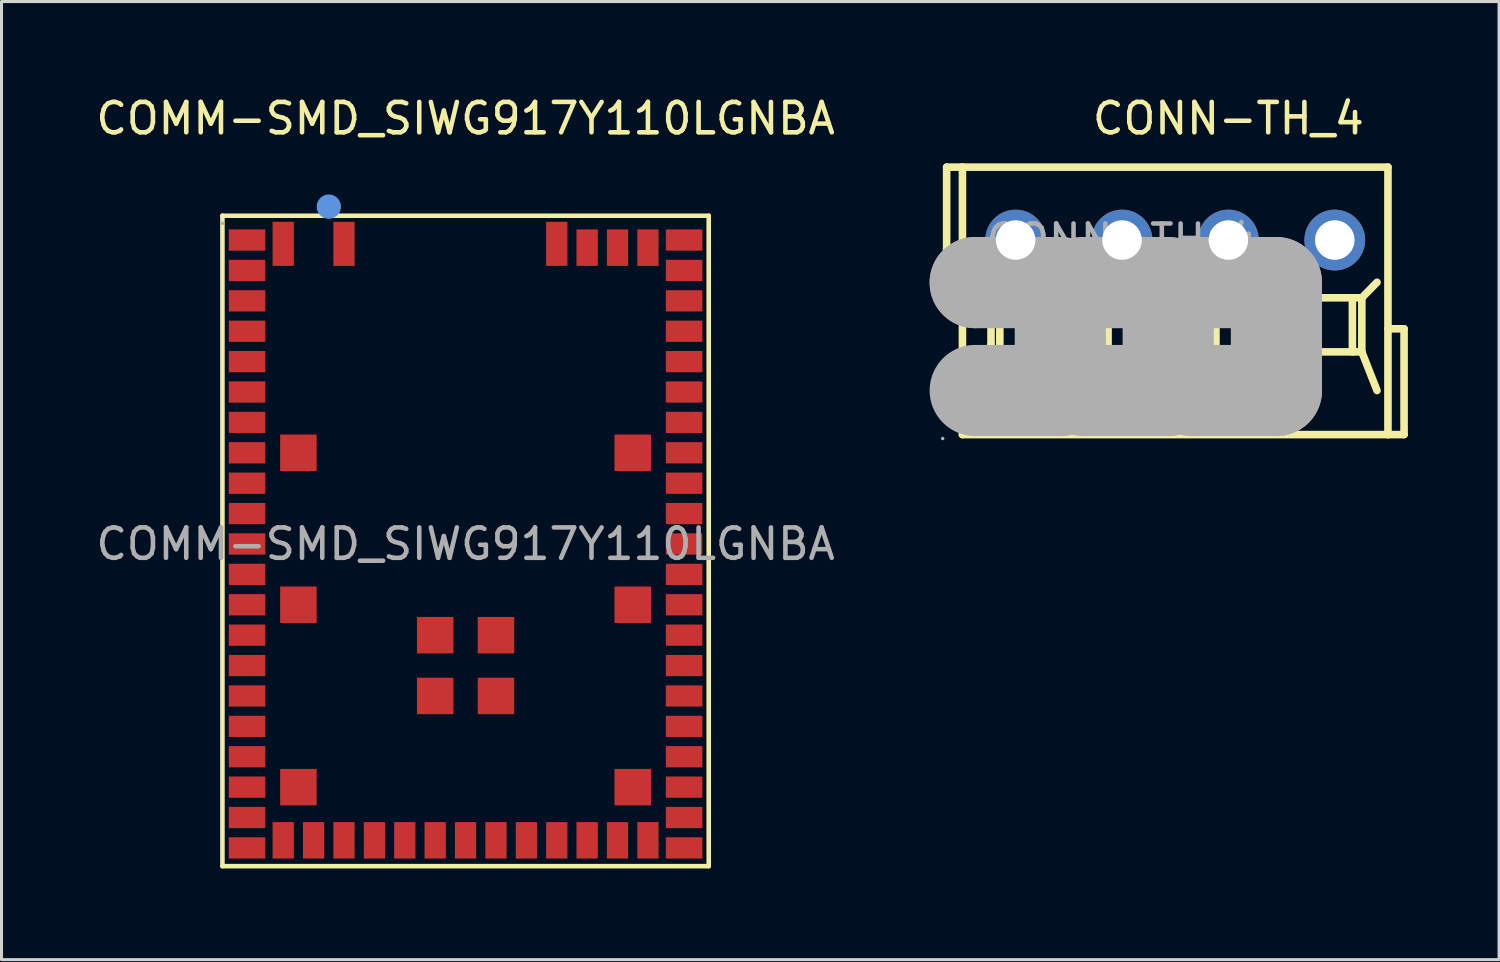
<source format=kicad_pcb>
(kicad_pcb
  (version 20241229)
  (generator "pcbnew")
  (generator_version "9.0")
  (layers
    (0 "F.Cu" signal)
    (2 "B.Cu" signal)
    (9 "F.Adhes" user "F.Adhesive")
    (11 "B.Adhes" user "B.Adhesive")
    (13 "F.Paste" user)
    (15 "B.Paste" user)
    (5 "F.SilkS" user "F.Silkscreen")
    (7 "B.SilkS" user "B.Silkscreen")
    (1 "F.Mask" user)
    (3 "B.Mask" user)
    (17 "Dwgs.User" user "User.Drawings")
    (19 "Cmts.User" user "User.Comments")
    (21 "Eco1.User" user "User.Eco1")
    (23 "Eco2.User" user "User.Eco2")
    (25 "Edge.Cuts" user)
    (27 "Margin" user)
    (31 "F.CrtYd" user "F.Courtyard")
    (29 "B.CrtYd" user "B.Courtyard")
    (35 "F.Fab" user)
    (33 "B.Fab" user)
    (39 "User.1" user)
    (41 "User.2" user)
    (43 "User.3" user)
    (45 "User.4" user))
  (footprint "CONN-TH_4"
    (layer "F.Cu")
    (at 33.866 4.848)
    (property "Reference" "CONN-TH_4" (at 3.5 -4 0) (layer "F.SilkS") (effects (font (size 1 1) (thickness 0.15))))
    (attr through_hole)
    (fp_line (start -5.77 -2.4) (end -5.77 1.14) (stroke (width 0.25) (type solid)) (layer "F.SilkS"))
    (fp_line (start -5.77 1.14) (end -5.25 1.14) (stroke (width 0.25) (type solid)) (layer "F.SilkS"))
    (fp_line (start -5.25 -2.4) (end -5.77 -2.4) (stroke (width 0.25) (type solid)) (layer "F.SilkS"))
    (fp_line (start -5.25 -2.4) (end -5.25 6.4) (stroke (width 0.25) (type solid)) (layer "F.SilkS"))
    (fp_line (start -5.25 -2.4) (end 8.75 -2.4) (stroke (width 0.25) (type solid)) (layer "F.SilkS"))
    (fp_line (start -5.25 6.4) (end 8.75 6.4) (stroke (width 0.25) (type solid)) (layer "F.SilkS"))
    (fp_line (start -4.82 1.39) (end -4.31 1.9) (stroke (width 0.25) (type solid)) (layer "F.SilkS"))
    (fp_line (start -4.31 1.9) (end -4.31 3.68) (stroke (width 0.25) (type solid)) (layer "F.SilkS"))
    (fp_line (start -4.31 1.9) (end -2.54 1.9) (stroke (width 0.25) (type solid)) (layer "F.SilkS"))
    (fp_line (start -4.31 3.43) (end -4.31 3.68) (stroke (width 0.25) (type solid)) (layer "F.SilkS"))
    (fp_line (start -4.31 3.68) (end -4.82 4.95) (stroke (width 0.25) (type solid)) (layer "F.SilkS"))
    (fp_line (start -4.31 3.68) (end -2.54 3.68) (stroke (width 0.25) (type solid)) (layer "F.SilkS"))
    (fp_line (start -4.02 1.9) (end -4.02 3.68) (stroke (width 0.25) (type solid)) (layer "F.SilkS"))
    (fp_line (start -2.84 1.9) (end -2.84 3.68) (stroke (width 0.25) (type solid)) (layer "F.SilkS"))
    (fp_line (start -2.54 1.9) (end -2.03 1.39) (stroke (width 0.25) (type solid)) (layer "F.SilkS"))
    (fp_line (start -2.54 3.68) (end -2.54 1.9) (stroke (width 0.25) (type solid)) (layer "F.SilkS"))
    (fp_line (start -2.54 3.68) (end -2.03 4.95) (stroke (width 0.25) (type solid)) (layer "F.SilkS"))
    (fp_line (start -1.27 1.39) (end -0.76 1.9) (stroke (width 0.25) (type solid)) (layer "F.SilkS"))
    (fp_line (start -0.76 1.9) (end -0.76 3.68) (stroke (width 0.25) (type solid)) (layer "F.SilkS"))
    (fp_line (start -0.76 1.9) (end 1.02 1.9) (stroke (width 0.25) (type solid)) (layer "F.SilkS"))
    (fp_line (start -0.76 3.43) (end -0.76 3.68) (stroke (width 0.25) (type solid)) (layer "F.SilkS"))
    (fp_line (start -0.76 3.68) (end -1.27 4.95) (stroke (width 0.25) (type solid)) (layer "F.SilkS"))
    (fp_line (start -0.76 3.68) (end 1.02 3.68) (stroke (width 0.25) (type solid)) (layer "F.SilkS"))
    (fp_line (start -0.46 1.9) (end -0.46 3.68) (stroke (width 0.25) (type solid)) (layer "F.SilkS"))
    (fp_line (start 0.71 1.9) (end 0.71 3.68) (stroke (width 0.25) (type solid)) (layer "F.SilkS"))
    (fp_line (start 1.02 1.9) (end 1.53 1.39) (stroke (width 0.25) (type solid)) (layer "F.SilkS"))
    (fp_line (start 1.02 3.68) (end 1.02 1.9) (stroke (width 0.25) (type solid)) (layer "F.SilkS"))
    (fp_line (start 1.02 3.68) (end 1.53 4.95) (stroke (width 0.25) (type solid)) (layer "F.SilkS"))
    (fp_line (start 2.29 1.39) (end 2.8 1.9) (stroke (width 0.25) (type solid)) (layer "F.SilkS"))
    (fp_line (start 2.8 1.9) (end 2.8 3.68) (stroke (width 0.25) (type solid)) (layer "F.SilkS"))
    (fp_line (start 2.8 1.9) (end 4.58 1.9) (stroke (width 0.25) (type solid)) (layer "F.SilkS"))
    (fp_line (start 2.8 3.43) (end 2.8 3.68) (stroke (width 0.25) (type solid)) (layer "F.SilkS"))
    (fp_line (start 2.8 3.68) (end 2.29 4.95) (stroke (width 0.25) (type solid)) (layer "F.SilkS"))
    (fp_line (start 2.8 3.68) (end 4.58 3.68) (stroke (width 0.25) (type solid)) (layer "F.SilkS"))
    (fp_line (start 3.09 1.9) (end 3.09 3.68) (stroke (width 0.25) (type solid)) (layer "F.SilkS"))
    (fp_line (start 4.27 1.9) (end 4.27 3.68) (stroke (width 0.25) (type solid)) (layer "F.SilkS"))
    (fp_line (start 4.58 1.9) (end 5.08 1.39) (stroke (width 0.25) (type solid)) (layer "F.SilkS"))
    (fp_line (start 4.58 3.68) (end 4.58 1.9) (stroke (width 0.25) (type solid)) (layer "F.SilkS"))
    (fp_line (start 4.58 3.68) (end 5.08 4.95) (stroke (width 0.25) (type solid)) (layer "F.SilkS"))
    (fp_line (start 5.6 1.39) (end 6.11 1.9) (stroke (width 0.25) (type solid)) (layer "F.SilkS"))
    (fp_line (start 6.11 1.9) (end 6.11 3.68) (stroke (width 0.25) (type solid)) (layer "F.SilkS"))
    (fp_line (start 6.11 1.9) (end 7.89 1.9) (stroke (width 0.25) (type solid)) (layer "F.SilkS"))
    (fp_line (start 6.11 3.43) (end 6.11 3.68) (stroke (width 0.25) (type solid)) (layer "F.SilkS"))
    (fp_line (start 6.11 3.68) (end 5.6 4.95) (stroke (width 0.25) (type solid)) (layer "F.SilkS"))
    (fp_line (start 6.11 3.68) (end 7.89 3.68) (stroke (width 0.25) (type solid)) (layer "F.SilkS"))
    (fp_line (start 6.4 1.9) (end 6.4 3.68) (stroke (width 0.25) (type solid)) (layer "F.SilkS"))
    (fp_line (start 7.58 1.9) (end 7.58 3.68) (stroke (width 0.25) (type solid)) (layer "F.SilkS"))
    (fp_line (start 7.89 1.9) (end 8.39 1.39) (stroke (width 0.25) (type solid)) (layer "F.SilkS"))
    (fp_line (start 7.89 3.68) (end 7.89 1.9) (stroke (width 0.25) (type solid)) (layer "F.SilkS"))
    (fp_line (start 7.89 3.68) (end 8.39 4.95) (stroke (width 0.25) (type solid)) (layer "F.SilkS"))
    (fp_line (start 8.75 -2.4) (end 8.75 6.4) (stroke (width 0.25) (type solid)) (layer "F.SilkS"))
    (fp_line (start 8.75 6.4) (end 9.28 6.4) (stroke (width 0.25) (type solid)) (layer "F.SilkS"))
    (fp_line (start 9.28 2.92) (end 8.75 2.92) (stroke (width 0.25) (type solid)) (layer "F.SilkS"))
    (fp_line (start 9.28 6.4) (end 9.28 2.92) (stroke (width 0.25) (type solid)) (layer "F.SilkS"))
    (fp_line (start -4.83 1.4) (end -4.83 1.4) (stroke (width 3) (type solid)) (layer "F.Fab"))
    (fp_line (start -4.83 1.4) (end -2.03 1.4) (stroke (width 3) (type solid)) (layer "F.Fab"))
    (fp_line (start -2.03 1.4) (end -2.03 4.95) (stroke (width 3) (type solid)) (layer "F.Fab"))
    (fp_line (start -2.03 4.95) (end -4.83 4.95) (stroke (width 3) (type solid)) (layer "F.Fab"))
    (fp_line (start -1.27 1.4) (end -1.27 1.4) (stroke (width 3) (type solid)) (layer "F.Fab"))
    (fp_line (start -1.27 1.4) (end 1.52 1.4) (stroke (width 3) (type solid)) (layer "F.Fab"))
    (fp_line (start 1.52 1.4) (end 1.52 4.95) (stroke (width 3) (type solid)) (layer "F.Fab"))
    (fp_line (start 1.52 4.95) (end -1.27 4.95) (stroke (width 3) (type solid)) (layer "F.Fab"))
    (fp_line (start 2.29 1.4) (end 2.29 1.4) (stroke (width 3) (type solid)) (layer "F.Fab"))
    (fp_line (start 2.29 1.4) (end 5.08 1.4) (stroke (width 3) (type solid)) (layer "F.Fab"))
    (fp_line (start 5.08 1.4) (end 5.08 4.95) (stroke (width 3) (type solid)) (layer "F.Fab"))
    (fp_line (start 5.08 4.95) (end 2.29 4.95) (stroke (width 3) (type solid)) (layer "F.Fab"))
    (fp_circle (center -5.9 6.53) (end -5.87 6.53) (stroke (width 0.06) (type solid)) (fill no) (layer "F.Fab"))
    (fp_circle (center -3.5 0) (end -3.22 0) (stroke (width 0.55) (type solid)) (fill no) (layer "F.Fab"))
    (fp_circle (center 0 0) (end 0.28 0) (stroke (width 0.55) (type solid)) (fill no) (layer "F.Fab"))
    (fp_circle (center 3.5 0) (end 3.78 0) (stroke (width 0.55) (type solid)) (fill no) (layer "F.Fab"))
    (fp_text user "${REFERENCE}" (at 0 0 0) (layer "F.Fab") (effects (font (size 1 1) (thickness 0.15))))
    (pad "1" thru_hole circle (at -3.5 0) (size 2 2) (drill 1.3) (layers "*.Cu" "*.Mask"))
    (pad "2" thru_hole circle (at 0 0) (size 2 2) (drill 1.3) (layers "*.Cu" "*.Mask"))
    (pad "3" thru_hole circle (at 3.5 0) (size 2 2) (drill 1.3) (layers "*.Cu" "*.Mask"))
    (pad "4" thru_hole circle (at 7 0) (size 2 2) (drill 1.3) (layers "*.Cu" "*.Mask")))
  (footprint "COMM-SMD_SIWG917Y110LGNBA"
    (layer "F.Cu")
    (at 12.268 14.848)
    (property "Reference" "COMM-SMD_SIWG917Y110LGNBA" (at 0 -14 0) (layer "F.SilkS") (effects (font (size 1 1) (thickness 0.15))))
    (attr smd)
    (fp_line (start -8 -10.8) (end 8 -10.8) (stroke (width 0.15) (type solid)) (layer "F.SilkS"))
    (fp_line (start -8 10.6) (end -8 -10.8) (stroke (width 0.15) (type solid)) (layer "F.SilkS"))
    (fp_line (start 8 -10.8) (end 8 10.6) (stroke (width 0.15) (type solid)) (layer "F.SilkS"))
    (fp_line (start 8 10.6) (end -8 10.6) (stroke (width 0.15) (type solid)) (layer "F.SilkS"))
    (fp_circle (center -4.5 -11.1) (end -4.35 -11.1) (stroke (width 0.3) (type solid)) (fill no) (layer "F.SilkS"))
    (fp_circle (center -4.5 -11.1) (end -4.3 -11.1) (stroke (width 0.4) (type solid)) (fill no) (layer "Cmts.User"))
    (fp_circle (center -8 -10.55) (end -7.97 -10.55) (stroke (width 0.06) (type solid)) (fill no) (layer "F.Fab"))
    (fp_text user "${REFERENCE}" (at 0 0 0) (layer "F.Fab") (effects (font (size 1 1) (thickness 0.15))))
    (pad "1" smd rect (at -4 -9.875) (size 0.7 1.45) (layers "F.Cu" "F.Mask" "F.Paste"))
    (pad "2" smd rect (at -6 -9.875) (size 0.7 1.45) (layers "F.Cu" "F.Mask" "F.Paste"))
    (pad "3" smd rect (at -7.19 -10) (size 1.2 0.7) (layers "F.Cu" "F.Mask" "F.Paste"))
    (pad "4" smd rect (at -7.19 -9) (size 1.2 0.7) (layers "F.Cu" "F.Mask" "F.Paste"))
    (pad "5" smd rect (at -7.19 -8) (size 1.2 0.7) (layers "F.Cu" "F.Mask" "F.Paste"))
    (pad "6" smd rect (at -7.19 -7) (size 1.2 0.7) (layers "F.Cu" "F.Mask" "F.Paste"))
    (pad "7" smd rect (at -7.19 -6) (size 1.2 0.7) (layers "F.Cu" "F.Mask" "F.Paste"))
    (pad "8" smd rect (at -7.19 -5) (size 1.2 0.7) (layers "F.Cu" "F.Mask" "F.Paste"))
    (pad "9" smd rect (at -7.19 -4) (size 1.2 0.7) (layers "F.Cu" "F.Mask" "F.Paste"))
    (pad "10" smd rect (at -7.19 -3) (size 1.2 0.7) (layers "F.Cu" "F.Mask" "F.Paste"))
    (pad "11" smd rect (at -7.19 -2) (size 1.2 0.7) (layers "F.Cu" "F.Mask" "F.Paste"))
    (pad "12" smd rect (at -7.19 -1) (size 1.2 0.7) (layers "F.Cu" "F.Mask" "F.Paste"))
    (pad "13" smd rect (at -7.19 0) (size 1.2 0.7) (layers "F.Cu" "F.Mask" "F.Paste"))
    (pad "14" smd rect (at -7.19 1) (size 1.2 0.7) (layers "F.Cu" "F.Mask" "F.Paste"))
    (pad "15" smd rect (at -7.19 2) (size 1.2 0.7) (layers "F.Cu" "F.Mask" "F.Paste"))
    (pad "16" smd rect (at -7.19 3) (size 1.2 0.7) (layers "F.Cu" "F.Mask" "F.Paste"))
    (pad "17" smd rect (at -7.19 4) (size 1.2 0.7) (layers "F.Cu" "F.Mask" "F.Paste"))
    (pad "18" smd rect (at -7.19 5) (size 1.2 0.7) (layers "F.Cu" "F.Mask" "F.Paste"))
    (pad "19" smd rect (at -7.19 6) (size 1.2 0.7) (layers "F.Cu" "F.Mask" "F.Paste"))
    (pad "20" smd rect (at -7.19 7) (size 1.2 0.7) (layers "F.Cu" "F.Mask" "F.Paste"))
    (pad "21" smd rect (at -7.19 8) (size 1.2 0.7) (layers "F.Cu" "F.Mask" "F.Paste"))
    (pad "22" smd rect (at -7.19 9) (size 1.2 0.7) (layers "F.Cu" "F.Mask" "F.Paste"))
    (pad "23" smd rect (at -7.19 10) (size 1.2 0.7) (layers "F.Cu" "F.Mask" "F.Paste"))
    (pad "24" smd rect (at -6 9.75) (size 0.7 1.2) (layers "F.Cu" "F.Mask" "F.Paste"))
    (pad "25" smd rect (at -5 9.75) (size 0.7 1.2) (layers "F.Cu" "F.Mask" "F.Paste"))
    (pad "26" smd rect (at -4 9.75) (size 0.7 1.2) (layers "F.Cu" "F.Mask" "F.Paste"))
    (pad "27" smd rect (at -3 9.75) (size 0.7 1.2) (layers "F.Cu" "F.Mask" "F.Paste"))
    (pad "28" smd rect (at -2 9.75) (size 0.7 1.2) (layers "F.Cu" "F.Mask" "F.Paste"))
    (pad "29" smd rect (at -1 9.75) (size 0.7 1.2) (layers "F.Cu" "F.Mask" "F.Paste"))
    (pad "30" smd rect (at 0 9.75) (size 0.7 1.2) (layers "F.Cu" "F.Mask" "F.Paste"))
    (pad "31" smd rect (at 1 9.75) (size 0.7 1.2) (layers "F.Cu" "F.Mask" "F.Paste"))
    (pad "32" smd rect (at 2 9.75) (size 0.7 1.2) (layers "F.Cu" "F.Mask" "F.Paste"))
    (pad "33" smd rect (at 3 9.75) (size 0.7 1.2) (layers "F.Cu" "F.Mask" "F.Paste"))
    (pad "34" smd rect (at 4 9.75) (size 0.7 1.2) (layers "F.Cu" "F.Mask" "F.Paste"))
    (pad "35" smd rect (at 5 9.75) (size 0.7 1.2) (layers "F.Cu" "F.Mask" "F.Paste"))
    (pad "36" smd rect (at 6 9.75) (size 0.7 1.2) (layers "F.Cu" "F.Mask" "F.Paste"))
    (pad "37" smd rect (at 7.19 10) (size 1.2 0.7) (layers "F.Cu" "F.Mask" "F.Paste"))
    (pad "38" smd rect (at 7.19 9) (size 1.2 0.7) (layers "F.Cu" "F.Mask" "F.Paste"))
    (pad "39" smd rect (at 7.19 8) (size 1.2 0.7) (layers "F.Cu" "F.Mask" "F.Paste"))
    (pad "40" smd rect (at 7.19 7) (size 1.2 0.7) (layers "F.Cu" "F.Mask" "F.Paste"))
    (pad "41" smd rect (at 7.19 6) (size 1.2 0.7) (layers "F.Cu" "F.Mask" "F.Paste"))
    (pad "42" smd rect (at 7.19 5) (size 1.2 0.7) (layers "F.Cu" "F.Mask" "F.Paste"))
    (pad "43" smd rect (at 7.19 4) (size 1.2 0.7) (layers "F.Cu" "F.Mask" "F.Paste"))
    (pad "44" smd rect (at 7.19 3) (size 1.2 0.7) (layers "F.Cu" "F.Mask" "F.Paste"))
    (pad "45" smd rect (at 7.19 2) (size 1.2 0.7) (layers "F.Cu" "F.Mask" "F.Paste"))
    (pad "46" smd rect (at 7.19 1) (size 1.2 0.7) (layers "F.Cu" "F.Mask" "F.Paste"))
    (pad "47" smd rect (at 7.19 0) (size 1.2 0.7) (layers "F.Cu" "F.Mask" "F.Paste"))
    (pad "48" smd rect (at 7.19 -1) (size 1.2 0.7) (layers "F.Cu" "F.Mask" "F.Paste"))
    (pad "49" smd rect (at 7.19 -2) (size 1.2 0.7) (layers "F.Cu" "F.Mask" "F.Paste"))
    (pad "50" smd rect (at 7.19 -3) (size 1.2 0.7) (layers "F.Cu" "F.Mask" "F.Paste"))
    (pad "51" smd rect (at 7.19 -4) (size 1.2 0.7) (layers "F.Cu" "F.Mask" "F.Paste"))
    (pad "52" smd rect (at 7.19 -5) (size 1.2 0.7) (layers "F.Cu" "F.Mask" "F.Paste"))
    (pad "53" smd rect (at 7.19 -6) (size 1.2 0.7) (layers "F.Cu" "F.Mask" "F.Paste"))
    (pad "54" smd rect (at 7.19 -7) (size 1.2 0.7) (layers "F.Cu" "F.Mask" "F.Paste"))
    (pad "55" smd rect (at 7.19 -8) (size 1.2 0.7) (layers "F.Cu" "F.Mask" "F.Paste"))
    (pad "56" smd rect (at 7.19 -9) (size 1.2 0.7) (layers "F.Cu" "F.Mask" "F.Paste"))
    (pad "57" smd rect (at 7.19 -10) (size 1.2 0.7) (layers "F.Cu" "F.Mask" "F.Paste"))
    (pad "58" smd rect (at 6 -9.75) (size 0.7 1.2) (layers "F.Cu" "F.Mask" "F.Paste"))
    (pad "59" smd rect (at 5 -9.75) (size 0.7 1.2) (layers "F.Cu" "F.Mask" "F.Paste"))
    (pad "60" smd rect (at 4 -9.75) (size 0.7 1.2) (layers "F.Cu" "F.Mask" "F.Paste"))
    (pad "61" smd rect (at 3 -9.875) (size 0.7 1.45) (layers "F.Cu" "F.Mask" "F.Paste"))
    (pad "62" smd rect (at -5.5 -3) (size 1.2 1.2) (layers "F.Cu" "F.Mask" "F.Paste"))
    (pad "63" smd rect (at -5.5 2) (size 1.2 1.2) (layers "F.Cu" "F.Mask" "F.Paste"))
    (pad "64" smd rect (at -5.5 8) (size 1.2 1.2) (layers "F.Cu" "F.Mask" "F.Paste"))
    (pad "65" smd rect (at 5.5 8) (size 1.2 1.2) (layers "F.Cu" "F.Mask" "F.Paste"))
    (pad "66" smd rect (at 5.5 2) (size 1.2 1.2) (layers "F.Cu" "F.Mask" "F.Paste"))
    (pad "67" smd rect (at 5.5 -3) (size 1.2 1.2) (layers "F.Cu" "F.Mask" "F.Paste"))
    (pad "68" smd rect (at -1 3) (size 1.2 1.2) (layers "F.Cu" "F.Mask" "F.Paste"))
    (pad "69" smd rect (at -1 5) (size 1.2 1.2) (layers "F.Cu" "F.Mask" "F.Paste"))
    (pad "70" smd rect (at 1 5) (size 1.2 1.2) (layers "F.Cu" "F.Mask" "F.Paste"))
    (pad "71" smd rect (at 1 3) (size 1.2 1.2) (layers "F.Cu" "F.Mask" "F.Paste"))
    (zone (net_name "") (layers "F.Cu" "B.Cu" "F.SilkS") (hatch edge 0.5) (connect_pads) (min_thickness 0.25) (filled_areas_thickness no) (keepout (tracks not_allowed) (vias not_allowed) (pads allowed) (copperpour not_allowed) (footprints not_allowed)) (placement (enabled no)) (fill) (polygon (pts (xy 11.168 21.098) (xy 13.368 21.098) (xy 13.368 22.298) (xy 11.168 22.298))))
    (zone (net_name "") (layers "F.Cu" "B.Cu" "F.SilkS") (hatch edge 0.5) (connect_pads) (min_thickness 0.25) (filled_areas_thickness no) (keepout (tracks not_allowed) (vias not_allowed) (pads allowed) (copperpour not_allowed) (footprints not_allowed)) (placement (enabled no)) (fill) (polygon (pts (xy 5.768 5.748) (xy 6.668 5.748) (xy 6.668 4.348) (xy 15.868 4.348) (xy 15.868 11.098) (xy 5.768 11.098)))))
  (gr_rect
    (start -3 -3)
    (end 46.271 28.523)
    (stroke (width 0.1) (type default))
    (fill no)
    (layer "Edge.Cuts")))
</source>
